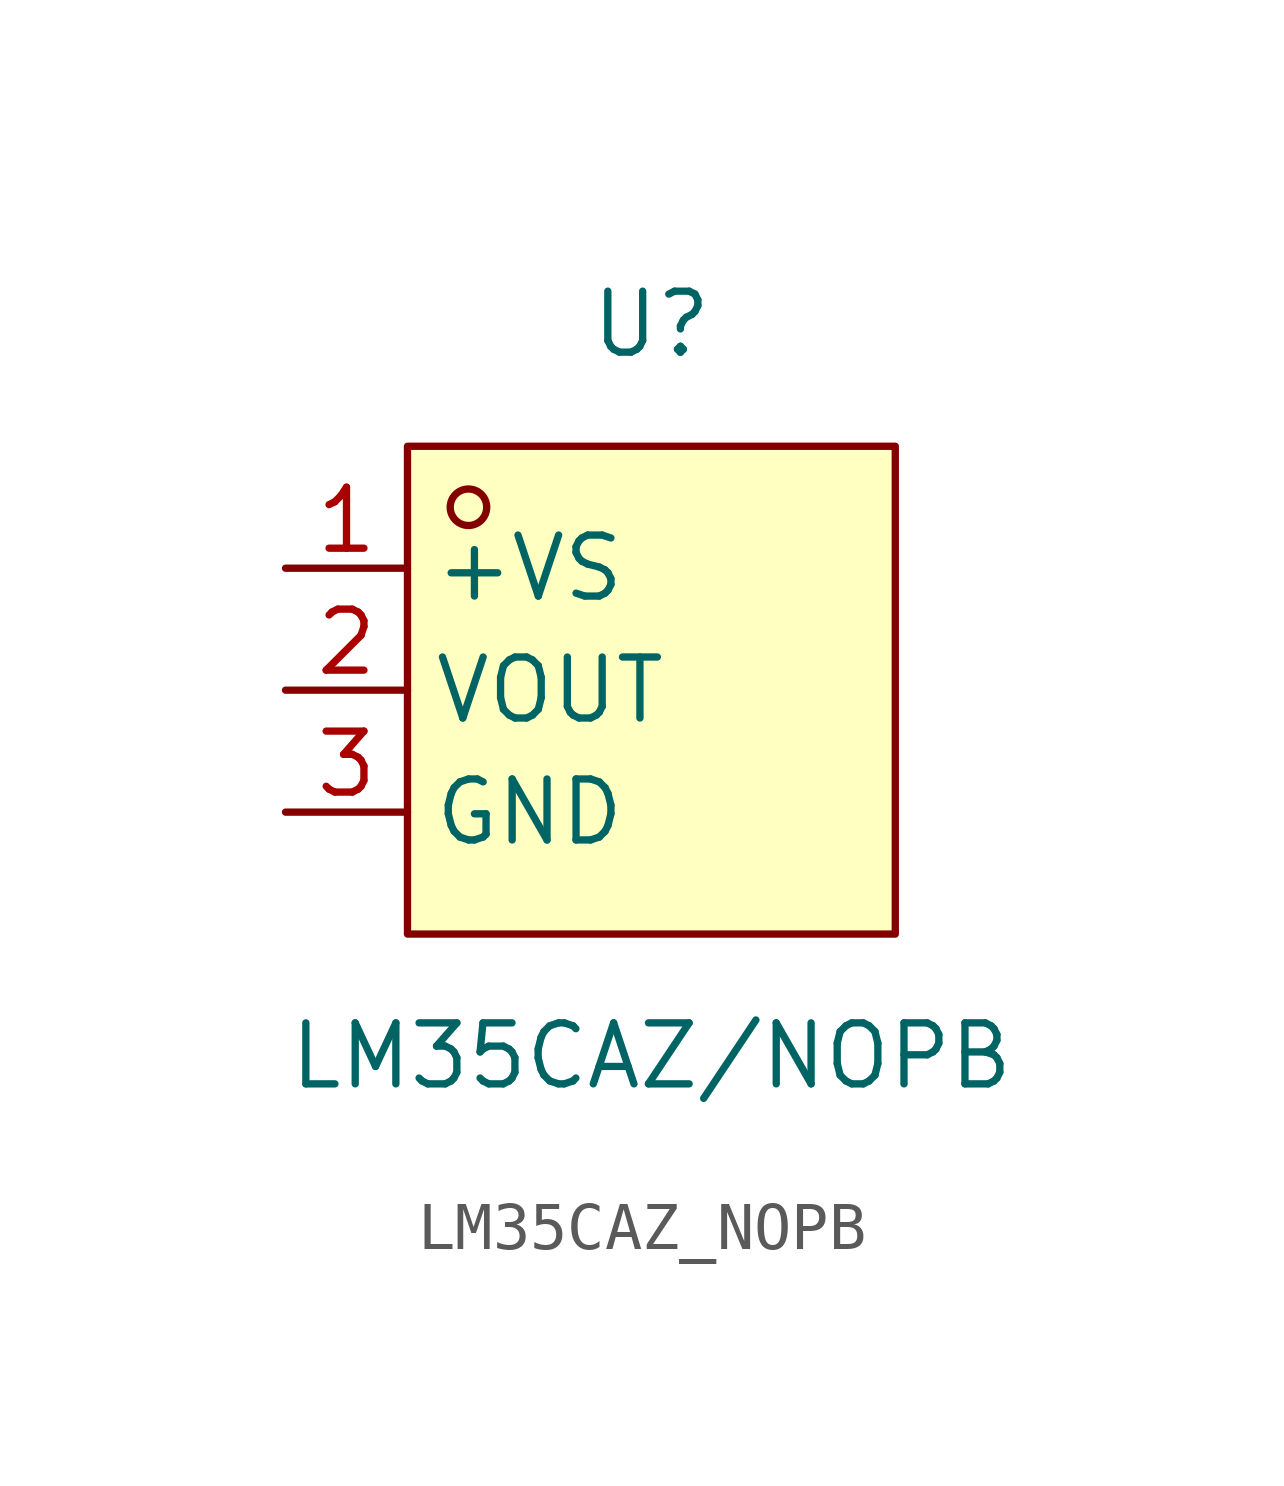
<source format=kicad_sym>
(kicad_symbol_lib
  (version 20211014)
  (generator https://github.com/uPesy/easyeda2kicad.py)
  (symbol "LM35CAZ_NOPB"
    (property "Reference" "U"
      (at 0 7.62 0)
      (effects (font (size 1.27 1.27))))
    (property "Value" "LM35CAZ/NOPB"
      (at 0 -7.62 0)
      (effects (font (size 1.27 1.27))))
    (symbol "LM35CAZ_NOPB_0_1"
      (rectangle (start -5.08 5.08) (end 5.08 -5.08) (stroke (width 0) (type default) (color 0 0 0 0)) (fill (type background)))
      (circle (center -3.81 3.81) (radius 0.38) (stroke (width 0) (type default) (color 0 0 0 0)) (fill (type none)))
      (pin unspecified line (at -7.62 2.54 0) (length 2.54) (name "+VS" (effects (font (size 1.27 1.27)))) (number "1" (effects (font (size 1.27 1.27)))))
      (pin unspecified line (at -7.62 -0.00 0) (length 2.54) (name "VOUT" (effects (font (size 1.27 1.27)))) (number "2" (effects (font (size 1.27 1.27)))))
      (pin unspecified line (at -7.62 -2.54 0) (length 2.54) (name "GND" (effects (font (size 1.27 1.27)))) (number "3" (effects (font (size 1.27 1.27))))))))
</source>
